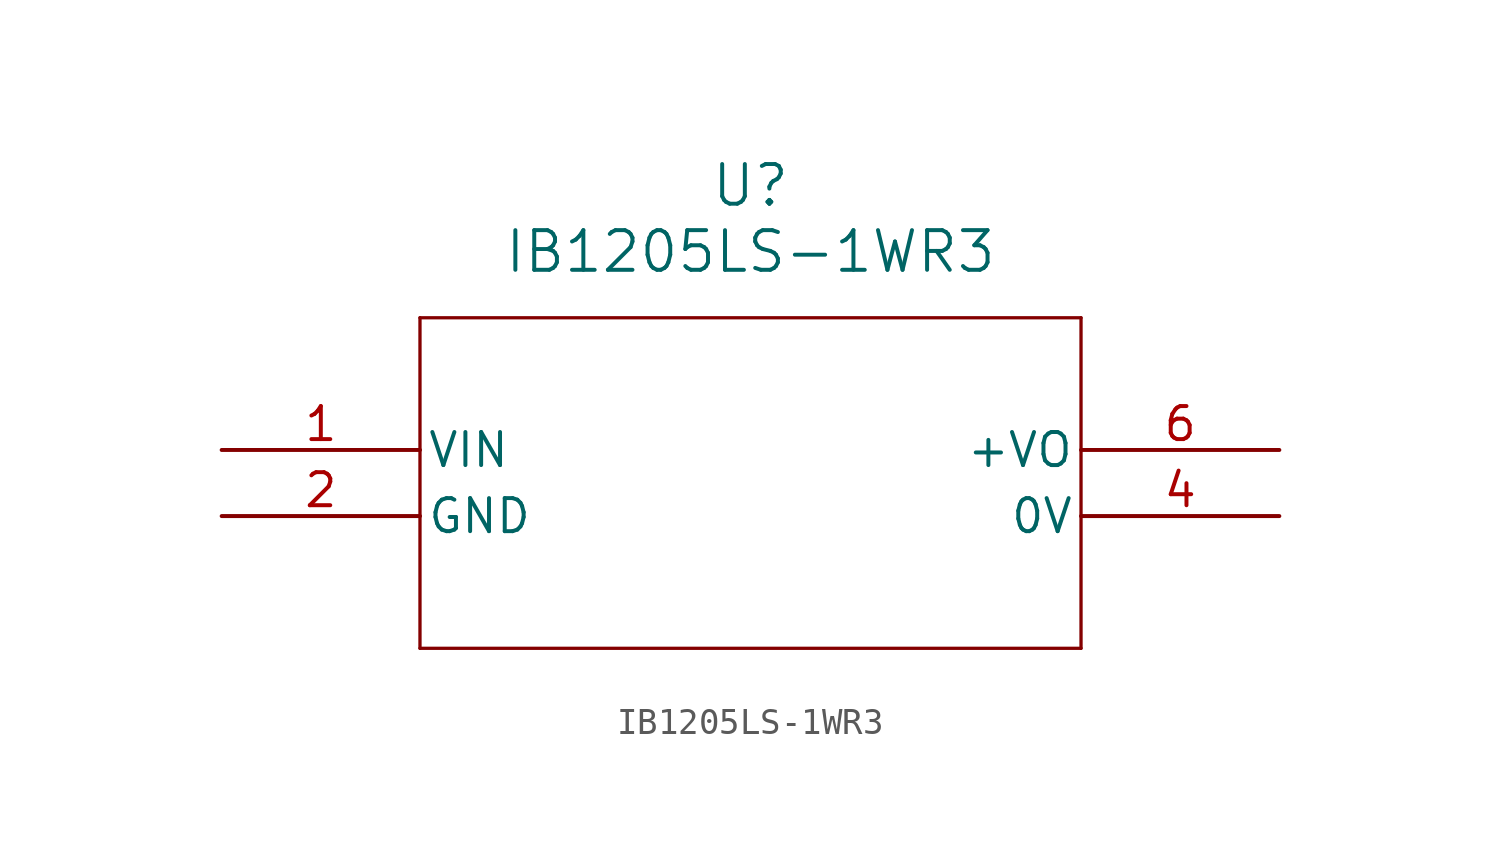
<source format=kicad_sym>
(kicad_symbol_lib
  (version 20220914)
  (generator kicad_symbol_editor)
  (symbol "IB1205LS-1WR3"
    (pin_names
      (offset 0.254))
    (property "Reference" "U"
      (at 20.32 10.16 0)
      (effects (font (size 1.524 1.524))))
    (property "Value" "IB1205LS-1WR3"
      (at 20.32 7.62 0)
      (effects (font (size 1.524 1.524))))
    (property "ki_locked" ""
      (at 0 0 0)
      (effects (font (size 1.27 1.27))))
    (symbol "IB1205LS-1WR3_0_1"
      (polyline (pts (xy 7.62 -7.62) (xy 33.02 -7.62)) (stroke (width 0.127) (type default)) (fill (type none)))
      (polyline (pts (xy 7.62 5.08) (xy 7.62 -7.62)) (stroke (width 0.127) (type default)) (fill (type none)))
      (polyline (pts (xy 33.02 -7.62) (xy 33.02 5.08)) (stroke (width 0.127) (type default)) (fill (type none)))
      (polyline (pts (xy 33.02 5.08) (xy 7.62 5.08)) (stroke (width 0.127) (type default)) (fill (type none)))
      (pin power_in line (at 0 0 0) (length 7.62) (name "VIN" (effects (font (size 1.27 1.27)))) (number "1" (effects (font (size 1.27 1.27)))))
      (pin power_out line (at 0 -2.54 0) (length 7.62) (name "GND" (effects (font (size 1.27 1.27)))) (number "2" (effects (font (size 1.27 1.27)))))
      (pin power_in line (at 40.64 -2.54 180) (length 7.62) (name "0V" (effects (font (size 1.27 1.27)))) (number "4" (effects (font (size 1.27 1.27)))))
      (pin power_in line (at 40.64 0 180) (length 7.62) (name "+VO" (effects (font (size 1.27 1.27)))) (number "6" (effects (font (size 1.27 1.27))))))))
</source>
